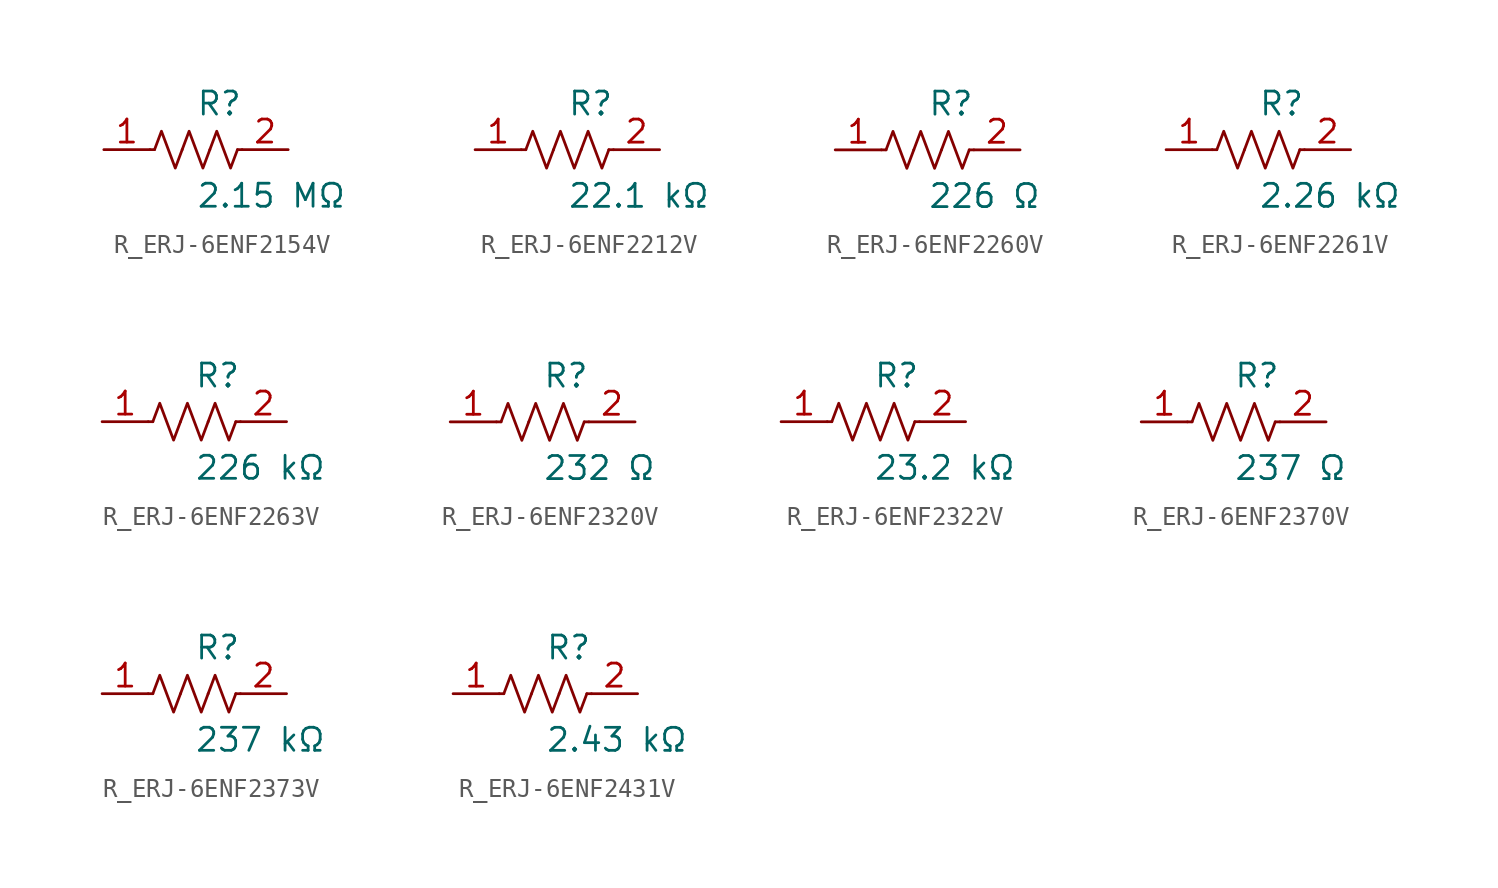
<source format=kicad_sym>
(kicad_symbol_lib
  (version 20231120)
  (generator kicad_symbol_editor)
  (generator_version 8.0)
  (symbol "R_ERJ-6ENF2154V"
    (pin_names
      (offset 0.254))
    (property "Reference" "R"
      (at 0.0 2.54 0)
      (effects (font (size 1.27 1.27)) (justify left)))
    (property "Value" "2.15 MΩ"
      (at 0.0 -2.54 0)
      (effects (font (size 1.27 1.27)) (justify left)))
    (symbol "R_ERJ-6ENF2154V_0_1"
      (polyline (pts (xy 2.286 0) (xy 2.54 0)) (stroke (width 0) (type default)) (fill (type none)))
      (polyline (pts (xy -2.286 0) (xy -2.54 0)) (stroke (width 0) (type default)) (fill (type none)))
      (polyline (pts (xy 0.762 0) (xy 1.143 1.016) (xy 1.524 0) (xy 1.905 -1.016) (xy 2.286 0)) (stroke (width 0) (type default)) (fill (type none)))
      (polyline (pts (xy -0.762 0) (xy -0.381 1.016) (xy 0 0) (xy 0.381 -1.016) (xy 0.762 0)) (stroke (width 0) (type default)) (fill (type none)))
      (polyline (pts (xy -2.286 0) (xy -1.905 1.016) (xy -1.524 0) (xy -1.143 -1.016) (xy -0.762 0)) (stroke (width 0) (type default)) (fill (type none))))
    (pin unspecified line
      (at -5.08 0 0)
      (length 2.54)
      (name "" (effects (font (size 1.27 1.27))))
      (number "1" (effects (font (size 1.27 1.27)))))
    (pin unspecified line
      (at 5.08 0 180)
      (length 2.54)
      (name "" (effects (font (size 1.27 1.27))))
      (number "2" (effects (font (size 1.27 1.27))))))
  (symbol "R_ERJ-6ENF2212V"
    (pin_names
      (offset 0.254))
    (property "Reference" "R"
      (at 0.0 2.54 0)
      (effects (font (size 1.27 1.27)) (justify left)))
    (property "Value" "22.1 kΩ"
      (at 0.0 -2.54 0)
      (effects (font (size 1.27 1.27)) (justify left)))
    (symbol "R_ERJ-6ENF2212V_0_1"
      (polyline (pts (xy 2.286 0) (xy 2.54 0)) (stroke (width 0) (type default)) (fill (type none)))
      (polyline (pts (xy -2.286 0) (xy -2.54 0)) (stroke (width 0) (type default)) (fill (type none)))
      (polyline (pts (xy 0.762 0) (xy 1.143 1.016) (xy 1.524 0) (xy 1.905 -1.016) (xy 2.286 0)) (stroke (width 0) (type default)) (fill (type none)))
      (polyline (pts (xy -0.762 0) (xy -0.381 1.016) (xy 0 0) (xy 0.381 -1.016) (xy 0.762 0)) (stroke (width 0) (type default)) (fill (type none)))
      (polyline (pts (xy -2.286 0) (xy -1.905 1.016) (xy -1.524 0) (xy -1.143 -1.016) (xy -0.762 0)) (stroke (width 0) (type default)) (fill (type none))))
    (pin unspecified line
      (at -5.08 0 0)
      (length 2.54)
      (name "" (effects (font (size 1.27 1.27))))
      (number "1" (effects (font (size 1.27 1.27)))))
    (pin unspecified line
      (at 5.08 0 180)
      (length 2.54)
      (name "" (effects (font (size 1.27 1.27))))
      (number "2" (effects (font (size 1.27 1.27))))))
  (symbol "R_ERJ-6ENF2260V"
    (pin_names
      (offset 0.254))
    (property "Reference" "R"
      (at 0.0 2.54 0)
      (effects (font (size 1.27 1.27)) (justify left)))
    (property "Value" "226 Ω"
      (at 0.0 -2.54 0)
      (effects (font (size 1.27 1.27)) (justify left)))
    (symbol "R_ERJ-6ENF2260V_0_1"
      (polyline (pts (xy 2.286 0) (xy 2.54 0)) (stroke (width 0) (type default)) (fill (type none)))
      (polyline (pts (xy -2.286 0) (xy -2.54 0)) (stroke (width 0) (type default)) (fill (type none)))
      (polyline (pts (xy 0.762 0) (xy 1.143 1.016) (xy 1.524 0) (xy 1.905 -1.016) (xy 2.286 0)) (stroke (width 0) (type default)) (fill (type none)))
      (polyline (pts (xy -0.762 0) (xy -0.381 1.016) (xy 0 0) (xy 0.381 -1.016) (xy 0.762 0)) (stroke (width 0) (type default)) (fill (type none)))
      (polyline (pts (xy -2.286 0) (xy -1.905 1.016) (xy -1.524 0) (xy -1.143 -1.016) (xy -0.762 0)) (stroke (width 0) (type default)) (fill (type none))))
    (pin unspecified line
      (at -5.08 0 0)
      (length 2.54)
      (name "" (effects (font (size 1.27 1.27))))
      (number "1" (effects (font (size 1.27 1.27)))))
    (pin unspecified line
      (at 5.08 0 180)
      (length 2.54)
      (name "" (effects (font (size 1.27 1.27))))
      (number "2" (effects (font (size 1.27 1.27))))))
  (symbol "R_ERJ-6ENF2261V"
    (pin_names
      (offset 0.254))
    (property "Reference" "R"
      (at 0.0 2.54 0)
      (effects (font (size 1.27 1.27)) (justify left)))
    (property "Value" "2.26 kΩ"
      (at 0.0 -2.54 0)
      (effects (font (size 1.27 1.27)) (justify left)))
    (symbol "R_ERJ-6ENF2261V_0_1"
      (polyline (pts (xy 2.286 0) (xy 2.54 0)) (stroke (width 0) (type default)) (fill (type none)))
      (polyline (pts (xy -2.286 0) (xy -2.54 0)) (stroke (width 0) (type default)) (fill (type none)))
      (polyline (pts (xy 0.762 0) (xy 1.143 1.016) (xy 1.524 0) (xy 1.905 -1.016) (xy 2.286 0)) (stroke (width 0) (type default)) (fill (type none)))
      (polyline (pts (xy -0.762 0) (xy -0.381 1.016) (xy 0 0) (xy 0.381 -1.016) (xy 0.762 0)) (stroke (width 0) (type default)) (fill (type none)))
      (polyline (pts (xy -2.286 0) (xy -1.905 1.016) (xy -1.524 0) (xy -1.143 -1.016) (xy -0.762 0)) (stroke (width 0) (type default)) (fill (type none))))
    (pin unspecified line
      (at -5.08 0 0)
      (length 2.54)
      (name "" (effects (font (size 1.27 1.27))))
      (number "1" (effects (font (size 1.27 1.27)))))
    (pin unspecified line
      (at 5.08 0 180)
      (length 2.54)
      (name "" (effects (font (size 1.27 1.27))))
      (number "2" (effects (font (size 1.27 1.27))))))
  (symbol "R_ERJ-6ENF2263V"
    (pin_names
      (offset 0.254))
    (property "Reference" "R"
      (at 0.0 2.54 0)
      (effects (font (size 1.27 1.27)) (justify left)))
    (property "Value" "226 kΩ"
      (at 0.0 -2.54 0)
      (effects (font (size 1.27 1.27)) (justify left)))
    (symbol "R_ERJ-6ENF2263V_0_1"
      (polyline (pts (xy 2.286 0) (xy 2.54 0)) (stroke (width 0) (type default)) (fill (type none)))
      (polyline (pts (xy -2.286 0) (xy -2.54 0)) (stroke (width 0) (type default)) (fill (type none)))
      (polyline (pts (xy 0.762 0) (xy 1.143 1.016) (xy 1.524 0) (xy 1.905 -1.016) (xy 2.286 0)) (stroke (width 0) (type default)) (fill (type none)))
      (polyline (pts (xy -0.762 0) (xy -0.381 1.016) (xy 0 0) (xy 0.381 -1.016) (xy 0.762 0)) (stroke (width 0) (type default)) (fill (type none)))
      (polyline (pts (xy -2.286 0) (xy -1.905 1.016) (xy -1.524 0) (xy -1.143 -1.016) (xy -0.762 0)) (stroke (width 0) (type default)) (fill (type none))))
    (pin unspecified line
      (at -5.08 0 0)
      (length 2.54)
      (name "" (effects (font (size 1.27 1.27))))
      (number "1" (effects (font (size 1.27 1.27)))))
    (pin unspecified line
      (at 5.08 0 180)
      (length 2.54)
      (name "" (effects (font (size 1.27 1.27))))
      (number "2" (effects (font (size 1.27 1.27))))))
  (symbol "R_ERJ-6ENF2320V"
    (pin_names
      (offset 0.254))
    (property "Reference" "R"
      (at 0.0 2.54 0)
      (effects (font (size 1.27 1.27)) (justify left)))
    (property "Value" "232 Ω"
      (at 0.0 -2.54 0)
      (effects (font (size 1.27 1.27)) (justify left)))
    (symbol "R_ERJ-6ENF2320V_0_1"
      (polyline (pts (xy 2.286 0) (xy 2.54 0)) (stroke (width 0) (type default)) (fill (type none)))
      (polyline (pts (xy -2.286 0) (xy -2.54 0)) (stroke (width 0) (type default)) (fill (type none)))
      (polyline (pts (xy 0.762 0) (xy 1.143 1.016) (xy 1.524 0) (xy 1.905 -1.016) (xy 2.286 0)) (stroke (width 0) (type default)) (fill (type none)))
      (polyline (pts (xy -0.762 0) (xy -0.381 1.016) (xy 0 0) (xy 0.381 -1.016) (xy 0.762 0)) (stroke (width 0) (type default)) (fill (type none)))
      (polyline (pts (xy -2.286 0) (xy -1.905 1.016) (xy -1.524 0) (xy -1.143 -1.016) (xy -0.762 0)) (stroke (width 0) (type default)) (fill (type none))))
    (pin unspecified line
      (at -5.08 0 0)
      (length 2.54)
      (name "" (effects (font (size 1.27 1.27))))
      (number "1" (effects (font (size 1.27 1.27)))))
    (pin unspecified line
      (at 5.08 0 180)
      (length 2.54)
      (name "" (effects (font (size 1.27 1.27))))
      (number "2" (effects (font (size 1.27 1.27))))))
  (symbol "R_ERJ-6ENF2322V"
    (pin_names
      (offset 0.254))
    (property "Reference" "R"
      (at 0.0 2.54 0)
      (effects (font (size 1.27 1.27)) (justify left)))
    (property "Value" "23.2 kΩ"
      (at 0.0 -2.54 0)
      (effects (font (size 1.27 1.27)) (justify left)))
    (symbol "R_ERJ-6ENF2322V_0_1"
      (polyline (pts (xy 2.286 0) (xy 2.54 0)) (stroke (width 0) (type default)) (fill (type none)))
      (polyline (pts (xy -2.286 0) (xy -2.54 0)) (stroke (width 0) (type default)) (fill (type none)))
      (polyline (pts (xy 0.762 0) (xy 1.143 1.016) (xy 1.524 0) (xy 1.905 -1.016) (xy 2.286 0)) (stroke (width 0) (type default)) (fill (type none)))
      (polyline (pts (xy -0.762 0) (xy -0.381 1.016) (xy 0 0) (xy 0.381 -1.016) (xy 0.762 0)) (stroke (width 0) (type default)) (fill (type none)))
      (polyline (pts (xy -2.286 0) (xy -1.905 1.016) (xy -1.524 0) (xy -1.143 -1.016) (xy -0.762 0)) (stroke (width 0) (type default)) (fill (type none))))
    (pin unspecified line
      (at -5.08 0 0)
      (length 2.54)
      (name "" (effects (font (size 1.27 1.27))))
      (number "1" (effects (font (size 1.27 1.27)))))
    (pin unspecified line
      (at 5.08 0 180)
      (length 2.54)
      (name "" (effects (font (size 1.27 1.27))))
      (number "2" (effects (font (size 1.27 1.27))))))
  (symbol "R_ERJ-6ENF2370V"
    (pin_names
      (offset 0.254))
    (property "Reference" "R"
      (at 0.0 2.54 0)
      (effects (font (size 1.27 1.27)) (justify left)))
    (property "Value" "237 Ω"
      (at 0.0 -2.54 0)
      (effects (font (size 1.27 1.27)) (justify left)))
    (symbol "R_ERJ-6ENF2370V_0_1"
      (polyline (pts (xy 2.286 0) (xy 2.54 0)) (stroke (width 0) (type default)) (fill (type none)))
      (polyline (pts (xy -2.286 0) (xy -2.54 0)) (stroke (width 0) (type default)) (fill (type none)))
      (polyline (pts (xy 0.762 0) (xy 1.143 1.016) (xy 1.524 0) (xy 1.905 -1.016) (xy 2.286 0)) (stroke (width 0) (type default)) (fill (type none)))
      (polyline (pts (xy -0.762 0) (xy -0.381 1.016) (xy 0 0) (xy 0.381 -1.016) (xy 0.762 0)) (stroke (width 0) (type default)) (fill (type none)))
      (polyline (pts (xy -2.286 0) (xy -1.905 1.016) (xy -1.524 0) (xy -1.143 -1.016) (xy -0.762 0)) (stroke (width 0) (type default)) (fill (type none))))
    (pin unspecified line
      (at -5.08 0 0)
      (length 2.54)
      (name "" (effects (font (size 1.27 1.27))))
      (number "1" (effects (font (size 1.27 1.27)))))
    (pin unspecified line
      (at 5.08 0 180)
      (length 2.54)
      (name "" (effects (font (size 1.27 1.27))))
      (number "2" (effects (font (size 1.27 1.27))))))
  (symbol "R_ERJ-6ENF2373V"
    (pin_names
      (offset 0.254))
    (property "Reference" "R"
      (at 0.0 2.54 0)
      (effects (font (size 1.27 1.27)) (justify left)))
    (property "Value" "237 kΩ"
      (at 0.0 -2.54 0)
      (effects (font (size 1.27 1.27)) (justify left)))
    (symbol "R_ERJ-6ENF2373V_0_1"
      (polyline (pts (xy 2.286 0) (xy 2.54 0)) (stroke (width 0) (type default)) (fill (type none)))
      (polyline (pts (xy -2.286 0) (xy -2.54 0)) (stroke (width 0) (type default)) (fill (type none)))
      (polyline (pts (xy 0.762 0) (xy 1.143 1.016) (xy 1.524 0) (xy 1.905 -1.016) (xy 2.286 0)) (stroke (width 0) (type default)) (fill (type none)))
      (polyline (pts (xy -0.762 0) (xy -0.381 1.016) (xy 0 0) (xy 0.381 -1.016) (xy 0.762 0)) (stroke (width 0) (type default)) (fill (type none)))
      (polyline (pts (xy -2.286 0) (xy -1.905 1.016) (xy -1.524 0) (xy -1.143 -1.016) (xy -0.762 0)) (stroke (width 0) (type default)) (fill (type none))))
    (pin unspecified line
      (at -5.08 0 0)
      (length 2.54)
      (name "" (effects (font (size 1.27 1.27))))
      (number "1" (effects (font (size 1.27 1.27)))))
    (pin unspecified line
      (at 5.08 0 180)
      (length 2.54)
      (name "" (effects (font (size 1.27 1.27))))
      (number "2" (effects (font (size 1.27 1.27))))))
  (symbol "R_ERJ-6ENF2431V"
    (pin_names
      (offset 0.254))
    (property "Reference" "R"
      (at 0.0 2.54 0)
      (effects (font (size 1.27 1.27)) (justify left)))
    (property "Value" "2.43 kΩ"
      (at 0.0 -2.54 0)
      (effects (font (size 1.27 1.27)) (justify left)))
    (symbol "R_ERJ-6ENF2431V_0_1"
      (polyline (pts (xy 2.286 0) (xy 2.54 0)) (stroke (width 0) (type default)) (fill (type none)))
      (polyline (pts (xy -2.286 0) (xy -2.54 0)) (stroke (width 0) (type default)) (fill (type none)))
      (polyline (pts (xy 0.762 0) (xy 1.143 1.016) (xy 1.524 0) (xy 1.905 -1.016) (xy 2.286 0)) (stroke (width 0) (type default)) (fill (type none)))
      (polyline (pts (xy -0.762 0) (xy -0.381 1.016) (xy 0 0) (xy 0.381 -1.016) (xy 0.762 0)) (stroke (width 0) (type default)) (fill (type none)))
      (polyline (pts (xy -2.286 0) (xy -1.905 1.016) (xy -1.524 0) (xy -1.143 -1.016) (xy -0.762 0)) (stroke (width 0) (type default)) (fill (type none))))
    (pin unspecified line
      (at -5.08 0 0)
      (length 2.54)
      (name "" (effects (font (size 1.27 1.27))))
      (number "1" (effects (font (size 1.27 1.27)))))
    (pin unspecified line
      (at 5.08 0 180)
      (length 2.54)
      (name "" (effects (font (size 1.27 1.27))))
      (number "2" (effects (font (size 1.27 1.27)))))))
</source>
